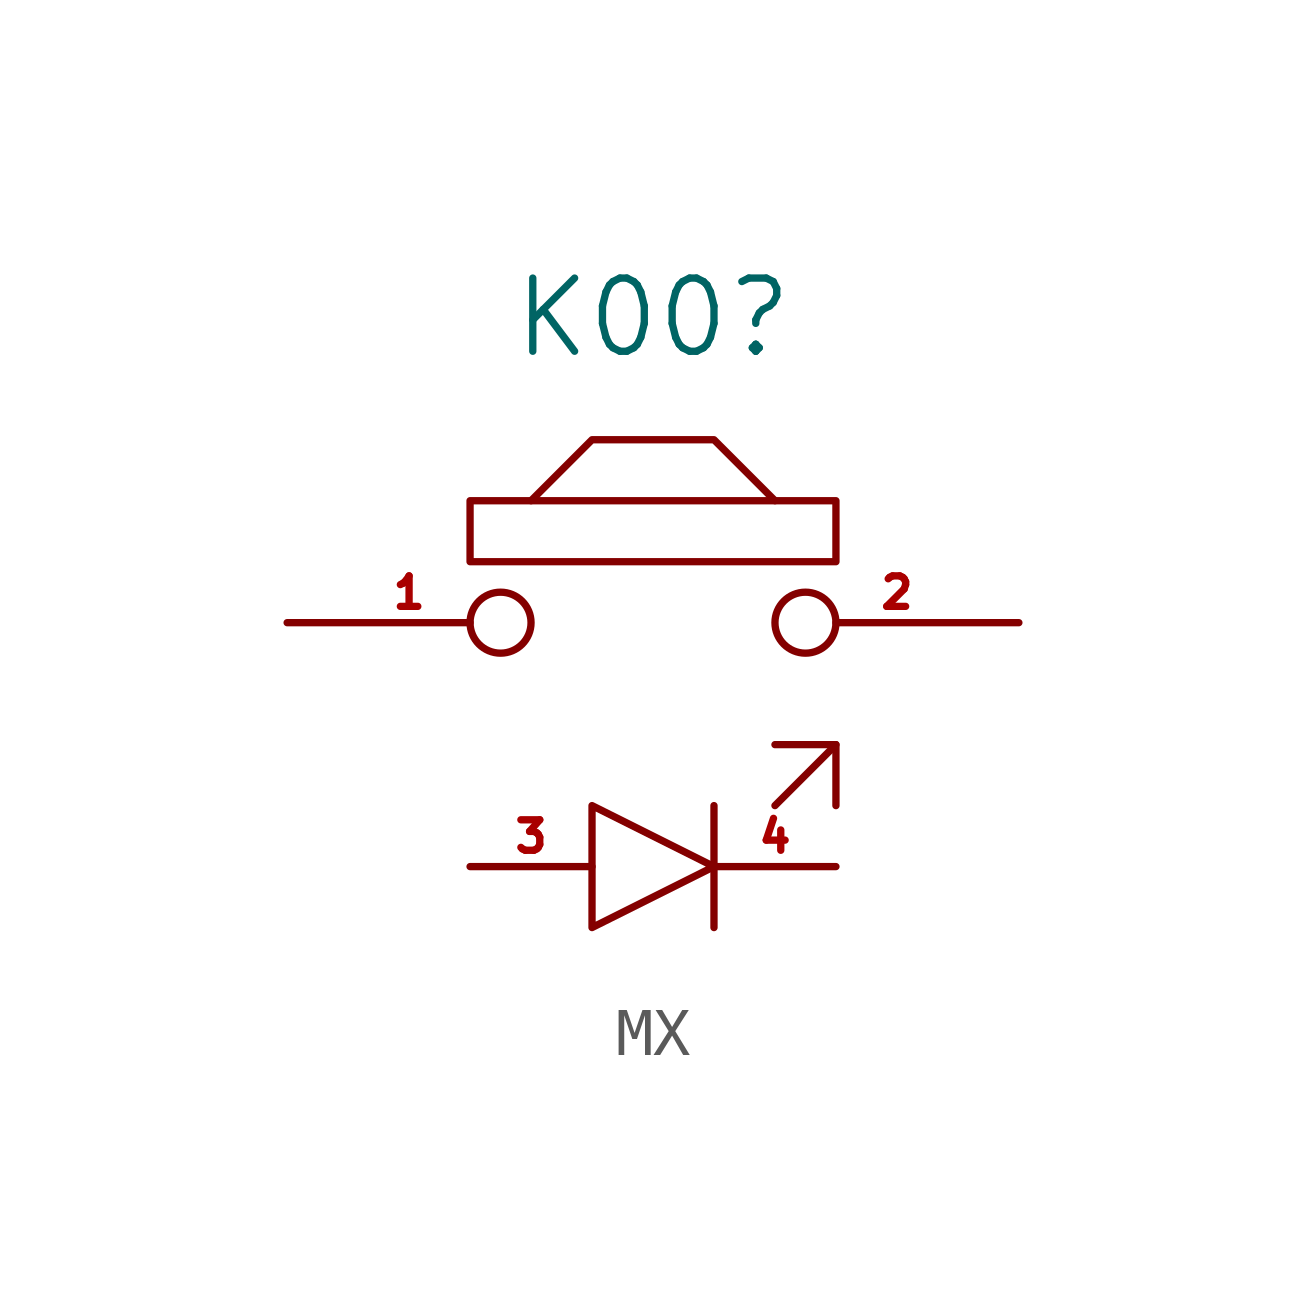
<source format=kicad_sym>
(kicad_symbol_lib
  (version 20241209)
  (generator "kicad_symbol_editor")
  (generator_version "9.0")
  (symbol "MX"
    (pin_names
      (offset 1.016))
    (property "Reference" "K00"
      (at 0 6.35 0)
      (effects (font (size 1.524 1.524))))
    (property "Description" ""
      (at 0 0 0)
      (effects (font (size 1.27 1.27))))
    (symbol "MX_0_1"
      (polyline (pts (xy -3.81 1.27) (xy 3.81 1.27) (xy 3.81 2.54) (xy -3.81 2.54) (xy -3.81 1.27)) (stroke (width 0) (type solid)) (fill (type none)))
      (polyline (pts (xy -2.54 2.54) (xy -1.27 3.81) (xy 1.27 3.81) (xy 2.54 2.54)) (stroke (width 0) (type solid)) (fill (type none)))
      (polyline (pts (xy -1.27 -3.81) (xy -1.27 -6.35) (xy 1.27 -5.08) (xy -1.27 -3.81)) (stroke (width 0) (type solid)) (fill (type none)))
      (polyline (pts (xy 1.27 -3.81) (xy 1.27 -6.35)) (stroke (width 0) (type solid)) (fill (type none)))
      (polyline (pts (xy 2.54 -3.81) (xy 3.81 -2.54)) (stroke (width 0) (type solid)) (fill (type none)))
      (polyline (pts (xy 3.81 -3.81) (xy 3.81 -2.54) (xy 2.54 -2.54)) (stroke (width 0) (type solid)) (fill (type none))))
    (symbol "MX_1_1"
      (pin input inverted (at -7.62 0 0) (length 5.08) (name "~" (effects (font (size 1.27 1.27)))) (number "1" (effects (font (size 0.635 0.635)))))
      (pin input line (at -3.81 -5.08 0) (length 2.54) (name "~" (effects (font (size 1.27 1.27)))) (number "3" (effects (font (size 0.635 0.635)))))
      (pin input line (at 3.81 -5.08 180) (length 2.54) (name "~" (effects (font (size 1.27 1.27)))) (number "4" (effects (font (size 0.635 0.635)))))
      (pin input inverted (at 7.62 0 180) (length 5.08) (name "~" (effects (font (size 1.27 1.27)))) (number "2" (effects (font (size 0.635 0.635))))))))
</source>
